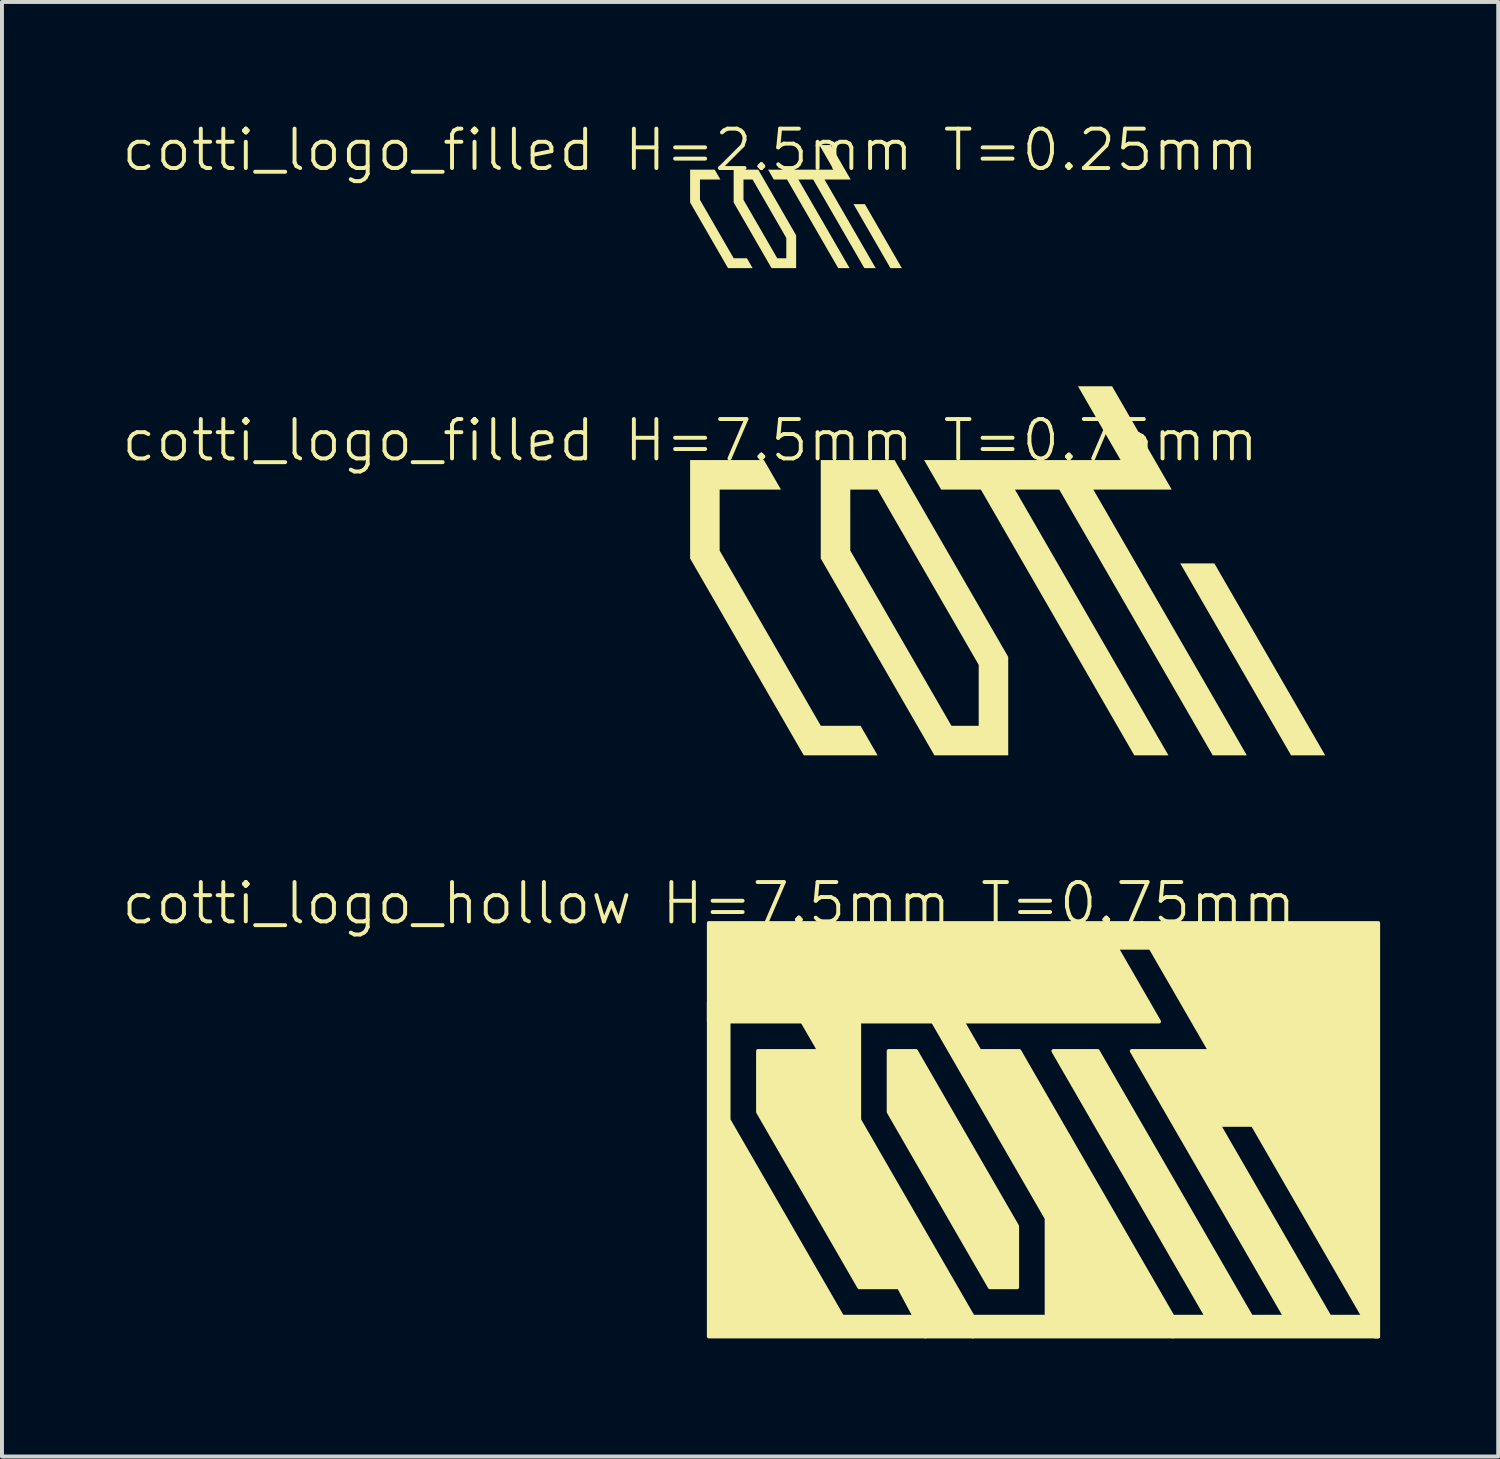
<source format=kicad_pcb>
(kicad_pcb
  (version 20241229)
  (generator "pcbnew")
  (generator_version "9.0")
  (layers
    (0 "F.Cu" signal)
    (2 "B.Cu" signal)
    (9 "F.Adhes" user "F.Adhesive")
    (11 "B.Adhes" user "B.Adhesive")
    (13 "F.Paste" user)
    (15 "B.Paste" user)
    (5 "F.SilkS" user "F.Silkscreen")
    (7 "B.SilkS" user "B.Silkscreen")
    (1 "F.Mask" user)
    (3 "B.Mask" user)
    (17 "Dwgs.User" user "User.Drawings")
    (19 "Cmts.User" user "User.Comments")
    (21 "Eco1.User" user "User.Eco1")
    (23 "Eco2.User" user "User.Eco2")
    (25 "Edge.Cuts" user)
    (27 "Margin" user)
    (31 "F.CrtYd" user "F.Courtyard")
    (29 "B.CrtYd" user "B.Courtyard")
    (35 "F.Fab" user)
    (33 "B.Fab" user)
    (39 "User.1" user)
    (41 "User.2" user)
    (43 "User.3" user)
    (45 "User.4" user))
  (footprint "cotti_logo_hollow H=7.5mm T=0.75mm"
    (layer "F.Cu")
    (at 14.955 20.396)
    (property "Reference" "cotti_logo_hollow H=7.5mm T=0.75mm" (at 0 -0.5 0) (unlocked yes) (layer "F.SilkS") (effects (font (size 1 1) (thickness 0.1))))
    (attr smd)
    (fp_poly (pts (xy 11.782 10.5) (xy 17 10.5) (xy 16.631 10) (xy 11.782 10)) (stroke (width 0.1) (type solid)) (fill yes) (layer "F.SilkS"))
    (fp_poly (pts (xy 12.649 10) (xy 8.751 3.25) (xy 9.876 3.25) (xy 13.774 10)) (stroke (width 0.1) (type solid)) (fill yes) (layer "F.SilkS"))
    (fp_poly (pts (xy 17 10.5) (xy 17 0) (xy 11 0) (xy 11.218 0.625) (xy 16.919 10.5)) (stroke (width 0.1) (type solid)) (fill yes) (layer "F.SilkS"))
    (fp_poly (pts (xy 0 0) (xy 11 0) (xy 11.218 0.625) (xy 10.352 0.625) (xy 11.434 2.5) (xy 0 2.5)) (stroke (width 0.1) (type solid)) (fill yes) (layer "F.SilkS"))
    (fp_poly (pts (xy 7.138 9.25) (xy 4.568 4.799) (xy 4.568 3.25) (xy 5.26 3.25) (xy 7.83 7.701) (xy 7.83 9.25)) (stroke (width 0.1) (type solid)) (fill yes) (layer "F.SilkS"))
    (fp_poly (pts (xy 14.64 10) (xy 10.742 3.25) (xy 12.733 3.25) (xy 13.816 5.125) (xy 12.95 5.125) (xy 15.765 10)) (stroke (width 0.1) (type solid)) (fill yes) (layer "F.SilkS"))
    (fp_poly (pts (xy 0 10.5) (xy 5.5 10.5) (xy 5.262 10) (xy 3.387 10) (xy 0.5 5) (xy 0.5 2) (xy 0 2)) (stroke (width 0.1) (type solid)) (fill yes) (layer "F.SilkS"))
    (fp_poly (pts (xy 5.5 10.5) (xy 4.829 9.25) (xy 3.82 9.25) (xy 1.25 4.799) (xy 1.25 3.25) (xy 2.808 3.25) (xy 2.375 2.5) (xy 3.818 2.5) (xy 3.818 5) (xy 6.705 10) (xy 6.705 10.5)) (stroke (width 0.1) (type solid)) (fill yes) (layer "F.SilkS"))
    (fp_poly (pts (xy 6.705 10.5) (xy 6.705 10) (xy 8.58 10) (xy 8.58 7.5) (xy 5.693 2.5) (xy 6.443 2.5) (xy 6.876 3.25) (xy 7.885 3.25) (xy 11.782 10) (xy 12.649 10) (xy 11.782 10) (xy 11.782 10.5)) (stroke (width 0.1) (type solid)) (fill yes) (layer "F.SilkS")))
  (footprint "cotti_logo_filled H=2.5mm T=0.25mm"
    (layer "F.Cu")
    (at 14.479 1.26)
    (property "Reference" "cotti_logo_filled H=2.5mm T=0.25mm" (at 0 -0.5 0) (unlocked yes) (layer "F.SilkS") (effects (font (size 1 1) (thickness 0.1))))
    (attr smd)
    (fp_poly (pts (xy 5.088 2.5) (xy 4.15 0.875) (xy 4.439 0.875) (xy 5.377 2.5)) (stroke (width 0) (type solid)) (fill yes) (layer "F.SilkS"))
    (fp_poly (pts (xy 1.587 2.5) (xy 0.962 2.5) (xy 0 0.833) (xy 0 0) (xy 0.625 0) (xy 0.769 0.25) (xy 0.25 0.25) (xy 0.25 0.766) (xy 1.107 2.25) (xy 1.443 2.25)) (stroke (width 0) (type solid)) (fill yes) (layer "F.SilkS"))
    (fp_poly (pts (xy 2.068 2.5) (xy 1.106 0.833) (xy 1.106 0) (xy 1.731 0) (xy 2.693 1.667) (xy 2.693 2.5) (xy 2.443 2.25) (xy 2.443 1.734) (xy 1.587 0.25) (xy 1.356 0.25) (xy 1.356 0.766) (xy 2.213 2.25) (xy 2.443 2.25) (xy 2.693 2.5)) (stroke (width 0) (type solid)) (fill yes) (layer "F.SilkS"))
    (fp_poly (pts (xy 3.761 2.5) (xy 2.462 0.25) (xy 2.125 0.25) (xy 1.981 0) (xy 3.645 0) (xy 3.284 -0.625) (xy 3.573 -0.625) (xy 4.078 0.25) (xy 3.414 0.25) (xy 4.713 2.5) (xy 4.425 2.5) (xy 3.125 0.25) (xy 2.75 0.25) (xy 4.05 2.5)) (stroke (width 0) (type solid)) (fill yes) (layer "F.SilkS")))
  (footprint "cotti_logo_filled H=7.5mm T=0.75mm"
    (layer "F.Cu")
    (at 14.479 8.636)
    (property "Reference" "cotti_logo_filled H=7.5mm T=0.75mm" (at 0 -0.5 0) (unlocked yes) (layer "F.SilkS") (effects (font (size 1 1) (thickness 0.1))))
    (attr smd)
    (fp_poly (pts (xy 15.265 7.5) (xy 12.45 2.625) (xy 13.316 2.625) (xy 16.131 7.5)) (stroke (width 0) (type solid)) (fill yes) (layer "F.SilkS"))
    (fp_poly (pts (xy 4.762 7.5) (xy 2.887 7.5) (xy 0 2.5) (xy 0 0) (xy 1.875 0) (xy 2.308 0.75) (xy 0.75 0.75) (xy 0.75 2.299) (xy 3.32 6.75) (xy 4.329 6.75)) (stroke (width 0) (type solid)) (fill yes) (layer "F.SilkS"))
    (fp_poly (pts (xy 6.205 7.5) (xy 3.318 2.5) (xy 3.318 0) (xy 5.193 0) (xy 8.08 5) (xy 8.08 7.5) (xy 7.33 6.75) (xy 7.33 5.201) (xy 4.76 0.75) (xy 4.068 0.75) (xy 4.068 2.299) (xy 6.638 6.75) (xy 7.33 6.75) (xy 8.08 7.5)) (stroke (width 0) (type solid)) (fill yes) (layer "F.SilkS"))
    (fp_poly (pts (xy 11.282 7.5) (xy 7.385 0.75) (xy 6.376 0.75) (xy 5.943 0) (xy 10.934 0) (xy 9.852 -1.875) (xy 10.718 -1.875) (xy 12.233 0.75) (xy 10.242 0.75) (xy 14.14 7.5) (xy 13.274 7.5) (xy 9.376 0.75) (xy 8.251 0.75) (xy 12.149 7.5)) (stroke (width 0) (type solid)) (fill yes) (layer "F.SilkS")))
  (gr_rect
    (start -3 -3)
    (end 35.005 33.946)
    (stroke (width 0.1) (type default))
    (fill no)
    (layer "Edge.Cuts")))
</source>
